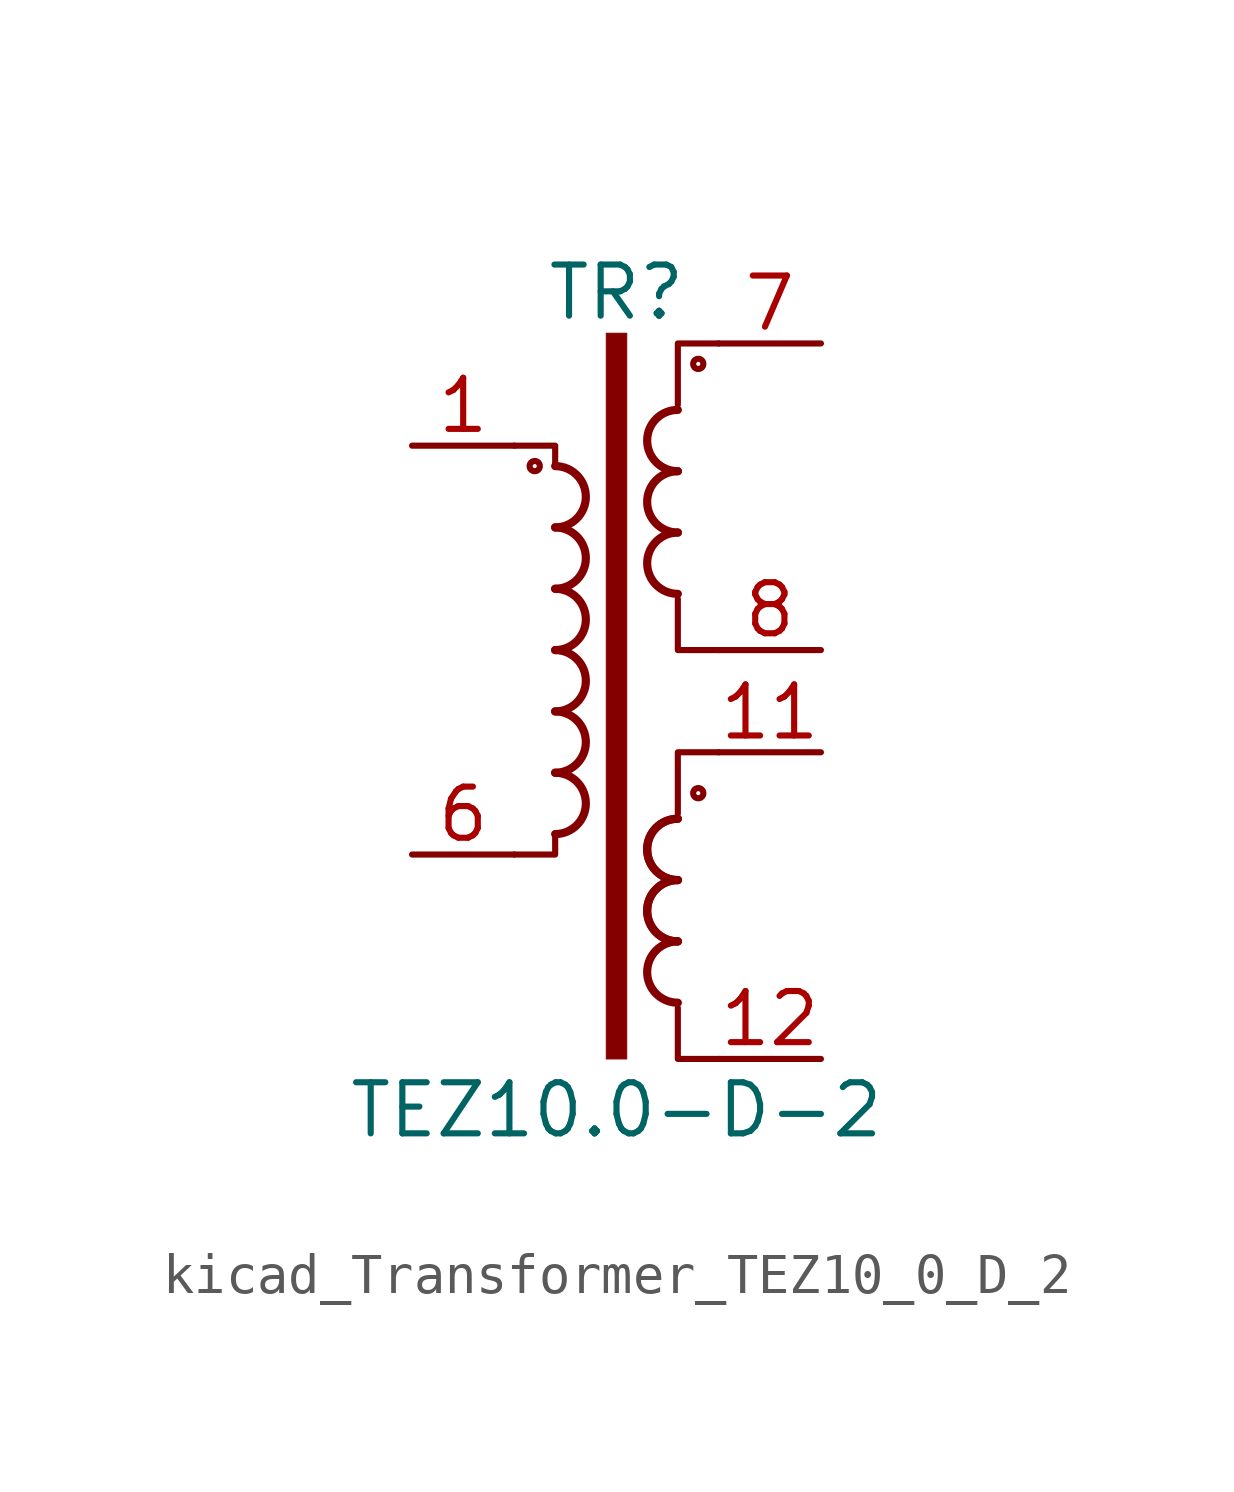
<source format=kicad_sym>
(kicad_symbol_lib
  (version 20220914)
  (generator kicad_symbol_editor)
  (symbol "kicad_Transformer_TEZ10_0_D_2"
    (pin_names
      (offset 0.025))
    (property "Reference" "TR"
      (at 0 8.89 0)
      (effects (font (size 1.27 1.27))))
    (property "Value" "TEZ10.0-D-2"
      (at 0 -11.43 0)
      (effects (font (size 1.27 1.27))))
    (symbol "kicad_Transformer_TEZ10_0_D_2_0_1"
      (circle (center -2.032 4.572) (radius 0.127) (stroke (width 0) (type default)) (fill (type none)))
      (arc (start -1.524 -4.572) (mid -0.7653 -3.81) (end -1.524 -3.048) (stroke (width 0.2032) (type default)) (fill (type none)))
      (arc (start -1.524 -3.048) (mid -0.7653 -2.286) (end -1.524 -1.524) (stroke (width 0.2032) (type default)) (fill (type none)))
      (arc (start -1.524 -1.524) (mid -0.7653 -0.762) (end -1.524 0) (stroke (width 0.2032) (type default)) (fill (type none)))
      (arc (start -1.524 0) (mid -0.7653 0.762) (end -1.524 1.524) (stroke (width 0.2032) (type default)) (fill (type none)))
      (arc (start -1.524 1.524) (mid -0.7653 2.286) (end -1.524 3.048) (stroke (width 0.2032) (type default)) (fill (type none)))
      (arc (start -1.524 3.048) (mid -0.7653 3.81) (end -1.524 4.572) (stroke (width 0.2032) (type default)) (fill (type none)))
      (rectangle (start -0.254 7.874) (end 0.254 -10.16) (stroke (width 0.025) (type default)) (fill (type outline)))
      (polyline (pts (xy -1.524 -4.572) (xy -1.524 -5.08) (xy -2.54 -5.08)) (stroke (width 0) (type default)) (fill (type none)))
      (polyline (pts (xy -1.524 4.572) (xy -1.524 5.08) (xy -2.54 5.08)) (stroke (width 0) (type default)) (fill (type none)))
      (polyline (pts (xy 1.524 -8.89) (xy 1.524 -10.16) (xy 2.54 -10.16)) (stroke (width 0) (type default)) (fill (type none)))
      (polyline (pts (xy 2.54 -2.54) (xy 1.524 -2.54) (xy 1.524 -4.064)) (stroke (width 0) (type default)) (fill (type none)))
      (polyline (pts (xy 2.54 0) (xy 1.524 0) (xy 1.524 1.27)) (stroke (width 0) (type default)) (fill (type none)))
      (polyline (pts (xy 2.54 7.62) (xy 1.524 7.62) (xy 1.524 6.096)) (stroke (width 0) (type default)) (fill (type none)))
      (arc (start 1.524 -7.239) (mid 0.7653 -8.001) (end 1.524 -8.763) (stroke (width 0.2032) (type default)) (fill (type none)))
      (arc (start 1.524 -5.715) (mid 0.7653 -6.477) (end 1.524 -7.239) (stroke (width 0.2032) (type default)) (fill (type none)))
      (arc (start 1.524 -5.715) (mid 0.7653 -6.477) (end 1.524 -7.239) (stroke (width 0.2032) (type default)) (fill (type none)))
      (arc (start 1.524 -4.191) (mid 0.7653 -4.953) (end 1.524 -5.715) (stroke (width 0.2032) (type default)) (fill (type none)))
      (arc (start 1.524 -4.191) (mid 0.7653 -4.953) (end 1.524 -5.715) (stroke (width 0.2032) (type default)) (fill (type none)))
      (arc (start 1.524 2.921) (mid 0.7653 2.159) (end 1.524 1.397) (stroke (width 0.2032) (type default)) (fill (type none)))
      (arc (start 1.524 4.445) (mid 0.7653 3.683) (end 1.524 2.921) (stroke (width 0.2032) (type default)) (fill (type none)))
      (arc (start 1.524 5.969) (mid 0.7653 5.207) (end 1.524 4.445) (stroke (width 0.2032) (type default)) (fill (type none)))
      (circle (center 2.032 -3.556) (radius 0.127) (stroke (width 0) (type default)) (fill (type none)))
      (circle (center 2.032 7.112) (radius 0.127) (stroke (width 0) (type default)) (fill (type none))))
    (symbol "kicad_Transformer_TEZ10_0_D_2_1_1"
      (pin passive line (at -5.08 5.08 0) (length 2.54) (name "~" (effects (font (size 1.27 1.27)))) (number "1" (effects (font (size 1.27 1.27)))))
      (pin passive line (at 5.08 -2.54 180) (length 2.54) (name "~" (effects (font (size 1.27 1.27)))) (number "11" (effects (font (size 1.27 1.27)))))
      (pin passive line (at 5.08 -10.16 180) (length 2.54) (name "~" (effects (font (size 1.27 1.27)))) (number "12" (effects (font (size 1.27 1.27)))))
      (pin passive line (at -5.08 -5.08 0) (length 2.54) (name "~" (effects (font (size 1.27 1.27)))) (number "6" (effects (font (size 1.27 1.27)))))
      (pin passive line (at 5.08 7.62 180) (length 2.54) (name "~" (effects (font (size 1.27 1.27)))) (number "7" (effects (font (size 1.27 1.27)))))
      (pin passive line (at 5.08 0 180) (length 2.54) (name "~" (effects (font (size 1.27 1.27)))) (number "8" (effects (font (size 1.27 1.27))))))))
</source>
